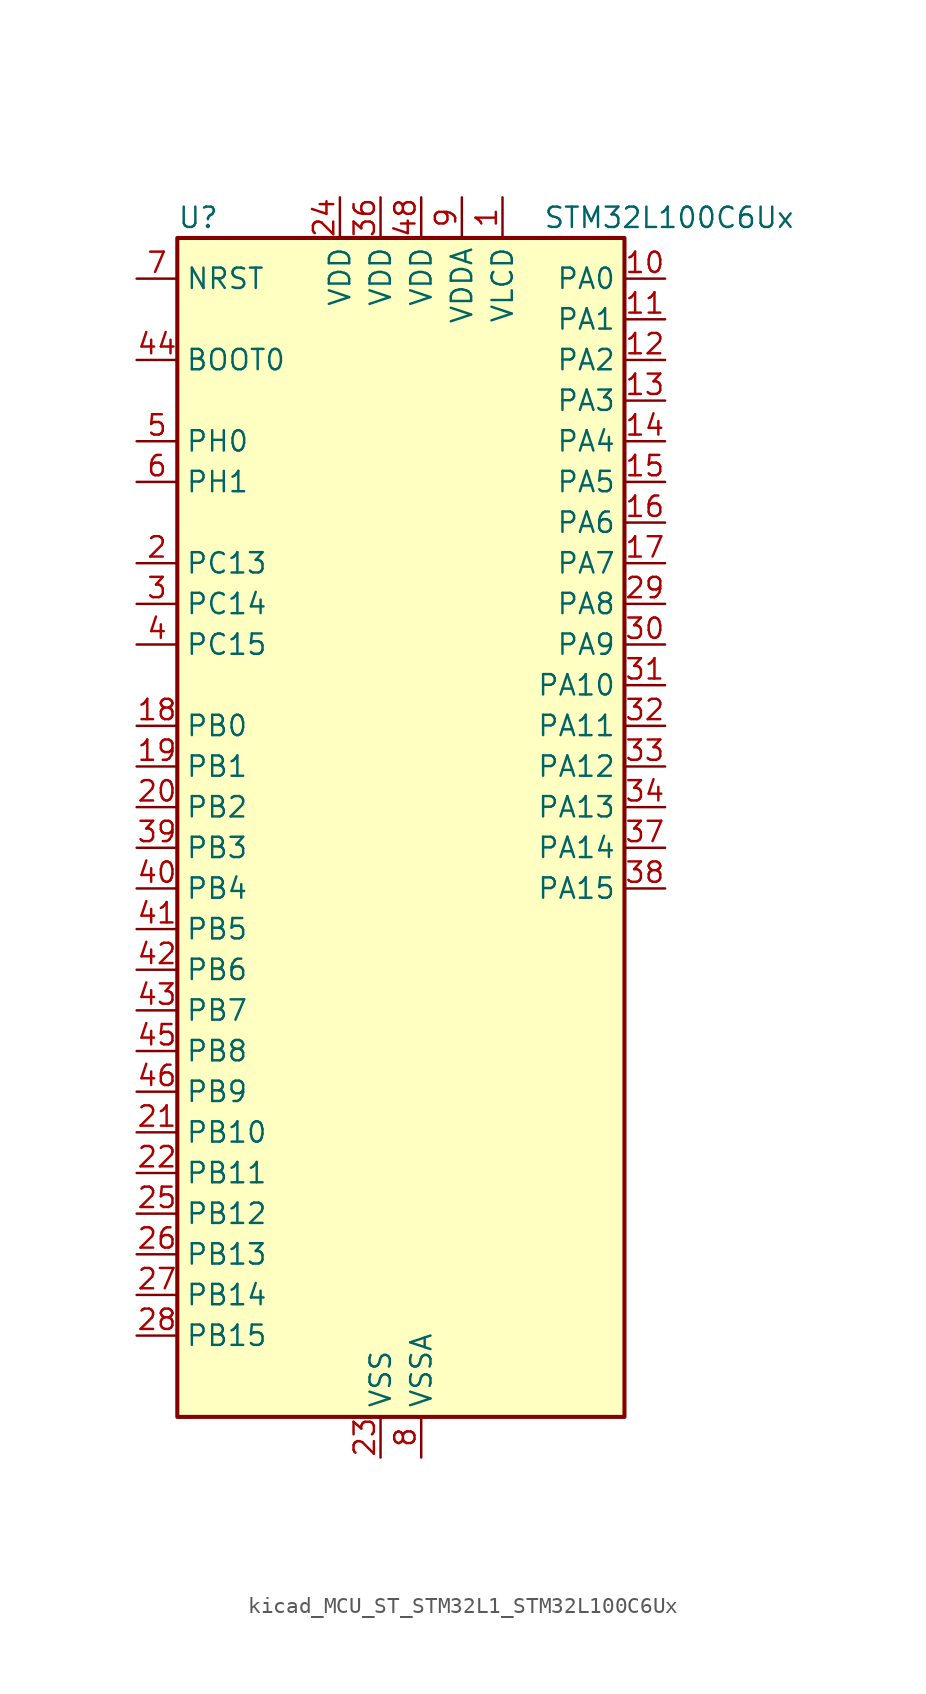
<source format=kicad_sym>
(kicad_symbol_lib
  (version 20220914)
  (generator kicad_symbol_editor)
  (symbol "kicad_MCU_ST_STM32L1_STM32L100C6Ux"
    (property "Reference" "U"
      (at -12.7 39.37 0)
      (effects (font (size 1.27 1.27)) (justify left)))
    (property "Value" "STM32L100C6Ux"
      (at 10.16 39.37 0)
      (effects (font (size 1.27 1.27)) (justify left)))
    (property "ki_locked" ""
      (at 0 0 0)
      (effects (font (size 1.27 1.27))))
    (symbol "kicad_MCU_ST_STM32L1_STM32L100C6Ux_0_1"
      (rectangle (start -12.7 -35.56) (end 15.24 38.1) (stroke (width 0.254) (type default)) (fill (type background))))
    (symbol "kicad_MCU_ST_STM32L1_STM32L100C6Ux_1_1"
      (pin power_in line (at 7.62 40.64 270) (length 2.54) (name "VLCD" (effects (font (size 1.27 1.27)))) (number "1" (effects (font (size 1.27 1.27)))))
      (pin bidirectional line (at 17.78 35.56 180) (length 2.54) (name "PA0" (effects (font (size 1.27 1.27)))) (number "10" (effects (font (size 1.27 1.27)))) (alternate "ADC_IN0" bidirectional line) (alternate "COMP1_INP" bidirectional line) (alternate "SYS_WKUP1" bidirectional line) (alternate "TIM2_CH1" bidirectional line) (alternate "TIM2_ETR" bidirectional line) (alternate "TIMX_IC1" bidirectional line) (alternate "USART2_CTS" bidirectional line))
      (pin bidirectional line (at 17.78 33.02 180) (length 2.54) (name "PA1" (effects (font (size 1.27 1.27)))) (number "11" (effects (font (size 1.27 1.27)))) (alternate "ADC_IN1" bidirectional line) (alternate "COMP1_INP" bidirectional line) (alternate "LCD_SEG0" bidirectional line) (alternate "TIM2_CH2" bidirectional line) (alternate "TIMX_IC2" bidirectional line) (alternate "USART2_RTS" bidirectional line))
      (pin bidirectional line (at 17.78 30.48 180) (length 2.54) (name "PA2" (effects (font (size 1.27 1.27)))) (number "12" (effects (font (size 1.27 1.27)))) (alternate "ADC_IN2" bidirectional line) (alternate "COMP1_INP" bidirectional line) (alternate "LCD_SEG1" bidirectional line) (alternate "TIM2_CH3" bidirectional line) (alternate "TIM9_CH1" bidirectional line) (alternate "TIMX_IC3" bidirectional line) (alternate "USART2_TX" bidirectional line))
      (pin bidirectional line (at 17.78 27.94 180) (length 2.54) (name "PA3" (effects (font (size 1.27 1.27)))) (number "13" (effects (font (size 1.27 1.27)))) (alternate "ADC_IN3" bidirectional line) (alternate "COMP1_INP" bidirectional line) (alternate "LCD_SEG2" bidirectional line) (alternate "TIM2_CH4" bidirectional line) (alternate "TIM9_CH2" bidirectional line) (alternate "TIMX_IC4" bidirectional line) (alternate "USART2_RX" bidirectional line))
      (pin bidirectional line (at 17.78 25.4 180) (length 2.54) (name "PA4" (effects (font (size 1.27 1.27)))) (number "14" (effects (font (size 1.27 1.27)))) (alternate "ADC_IN4" bidirectional line) (alternate "COMP1_INP" bidirectional line) (alternate "DAC_OUT1" bidirectional line) (alternate "SPI1_NSS" bidirectional line) (alternate "TIMX_IC1" bidirectional line) (alternate "USART2_CK" bidirectional line))
      (pin bidirectional line (at 17.78 22.86 180) (length 2.54) (name "PA5" (effects (font (size 1.27 1.27)))) (number "15" (effects (font (size 1.27 1.27)))) (alternate "ADC_IN5" bidirectional line) (alternate "COMP1_INP" bidirectional line) (alternate "DAC_OUT2" bidirectional line) (alternate "SPI1_SCK" bidirectional line) (alternate "TIM2_CH1" bidirectional line) (alternate "TIM2_ETR" bidirectional line) (alternate "TIMX_IC2" bidirectional line))
      (pin bidirectional line (at 17.78 20.32 180) (length 2.54) (name "PA6" (effects (font (size 1.27 1.27)))) (number "16" (effects (font (size 1.27 1.27)))) (alternate "ADC_IN6" bidirectional line) (alternate "COMP1_INP" bidirectional line) (alternate "LCD_SEG3" bidirectional line) (alternate "SPI1_MISO" bidirectional line) (alternate "TIM10_CH1" bidirectional line) (alternate "TIM3_CH1" bidirectional line) (alternate "TIMX_IC3" bidirectional line))
      (pin bidirectional line (at 17.78 17.78 180) (length 2.54) (name "PA7" (effects (font (size 1.27 1.27)))) (number "17" (effects (font (size 1.27 1.27)))) (alternate "ADC_IN7" bidirectional line) (alternate "COMP1_INP" bidirectional line) (alternate "LCD_SEG4" bidirectional line) (alternate "SPI1_MOSI" bidirectional line) (alternate "TIM11_CH1" bidirectional line) (alternate "TIM3_CH2" bidirectional line) (alternate "TIMX_IC4" bidirectional line))
      (pin bidirectional line (at -15.24 7.62 0) (length 2.54) (name "PB0" (effects (font (size 1.27 1.27)))) (number "18" (effects (font (size 1.27 1.27)))) (alternate "ADC_IN8" bidirectional line) (alternate "COMP1_INP" bidirectional line) (alternate "LCD_SEG5" bidirectional line) (alternate "SYS_V_REF_OUT" bidirectional line) (alternate "TIM3_CH3" bidirectional line))
      (pin bidirectional line (at -15.24 5.08 0) (length 2.54) (name "PB1" (effects (font (size 1.27 1.27)))) (number "19" (effects (font (size 1.27 1.27)))) (alternate "ADC_IN9" bidirectional line) (alternate "COMP1_INP" bidirectional line) (alternate "LCD_SEG6" bidirectional line) (alternate "SYS_V_REF_OUT" bidirectional line) (alternate "TIM3_CH4" bidirectional line))
      (pin bidirectional line (at -15.24 17.78 0) (length 2.54) (name "PC13" (effects (font (size 1.27 1.27)))) (number "2" (effects (font (size 1.27 1.27)))) (alternate "RTC_OUT_ALARM" bidirectional line) (alternate "RTC_OUT_CALIB" bidirectional line) (alternate "RTC_TAMP1" bidirectional line) (alternate "RTC_TS" bidirectional line) (alternate "SYS_WKUP2" bidirectional line) (alternate "TIMX_IC2" bidirectional line))
      (pin bidirectional line (at -15.24 2.54 0) (length 2.54) (name "PB2" (effects (font (size 1.27 1.27)))) (number "20" (effects (font (size 1.27 1.27)))))
      (pin bidirectional line (at -15.24 -17.78 0) (length 2.54) (name "PB10" (effects (font (size 1.27 1.27)))) (number "21" (effects (font (size 1.27 1.27)))) (alternate "I2C2_SCL" bidirectional line) (alternate "LCD_SEG10" bidirectional line) (alternate "TIM2_CH3" bidirectional line) (alternate "USART3_TX" bidirectional line))
      (pin bidirectional line (at -15.24 -20.32 0) (length 2.54) (name "PB11" (effects (font (size 1.27 1.27)))) (number "22" (effects (font (size 1.27 1.27)))) (alternate "ADC_EXTI11" bidirectional line) (alternate "I2C2_SDA" bidirectional line) (alternate "LCD_SEG11" bidirectional line) (alternate "TIM2_CH4" bidirectional line) (alternate "USART3_RX" bidirectional line))
      (pin power_in line (at 0 -38.1 90) (length 2.54) (name "VSS" (effects (font (size 1.27 1.27)))) (number "23" (effects (font (size 1.27 1.27)))))
      (pin power_in line (at -2.54 40.64 270) (length 2.54) (name "VDD" (effects (font (size 1.27 1.27)))) (number "24" (effects (font (size 1.27 1.27)))))
      (pin bidirectional line (at -15.24 -22.86 0) (length 2.54) (name "PB12" (effects (font (size 1.27 1.27)))) (number "25" (effects (font (size 1.27 1.27)))) (alternate "ADC_IN18" bidirectional line) (alternate "COMP1_INP" bidirectional line) (alternate "I2C2_SMBA" bidirectional line) (alternate "LCD_SEG12" bidirectional line) (alternate "SPI2_NSS" bidirectional line) (alternate "TIM10_CH1" bidirectional line) (alternate "USART3_CK" bidirectional line))
      (pin bidirectional line (at -15.24 -25.4 0) (length 2.54) (name "PB13" (effects (font (size 1.27 1.27)))) (number "26" (effects (font (size 1.27 1.27)))) (alternate "ADC_IN19" bidirectional line) (alternate "COMP1_INP" bidirectional line) (alternate "LCD_SEG13" bidirectional line) (alternate "SPI2_SCK" bidirectional line) (alternate "TIM9_CH1" bidirectional line) (alternate "USART3_CTS" bidirectional line))
      (pin bidirectional line (at -15.24 -27.94 0) (length 2.54) (name "PB14" (effects (font (size 1.27 1.27)))) (number "27" (effects (font (size 1.27 1.27)))) (alternate "ADC_IN20" bidirectional line) (alternate "COMP1_INP" bidirectional line) (alternate "LCD_SEG14" bidirectional line) (alternate "SPI2_MISO" bidirectional line) (alternate "TIM9_CH2" bidirectional line) (alternate "USART3_RTS" bidirectional line))
      (pin bidirectional line (at -15.24 -30.48 0) (length 2.54) (name "PB15" (effects (font (size 1.27 1.27)))) (number "28" (effects (font (size 1.27 1.27)))) (alternate "ADC_EXTI15" bidirectional line) (alternate "ADC_IN21" bidirectional line) (alternate "COMP1_INP" bidirectional line) (alternate "LCD_SEG15" bidirectional line) (alternate "RTC_REFIN" bidirectional line) (alternate "SPI2_MOSI" bidirectional line) (alternate "TIM11_CH1" bidirectional line))
      (pin bidirectional line (at 17.78 15.24 180) (length 2.54) (name "PA8" (effects (font (size 1.27 1.27)))) (number "29" (effects (font (size 1.27 1.27)))) (alternate "LCD_COM0" bidirectional line) (alternate "RCC_MCO" bidirectional line) (alternate "TIMX_IC1" bidirectional line) (alternate "USART1_CK" bidirectional line))
      (pin bidirectional line (at -15.24 15.24 0) (length 2.54) (name "PC14" (effects (font (size 1.27 1.27)))) (number "3" (effects (font (size 1.27 1.27)))) (alternate "RCC_OSC32_IN" bidirectional line) (alternate "TIMX_IC3" bidirectional line))
      (pin bidirectional line (at 17.78 12.7 180) (length 2.54) (name "PA9" (effects (font (size 1.27 1.27)))) (number "30" (effects (font (size 1.27 1.27)))) (alternate "DAC_EXTI9" bidirectional line) (alternate "LCD_COM1" bidirectional line) (alternate "TIMX_IC2" bidirectional line) (alternate "USART1_TX" bidirectional line))
      (pin bidirectional line (at 17.78 10.16 180) (length 2.54) (name "PA10" (effects (font (size 1.27 1.27)))) (number "31" (effects (font (size 1.27 1.27)))) (alternate "LCD_COM2" bidirectional line) (alternate "TIMX_IC3" bidirectional line) (alternate "USART1_RX" bidirectional line))
      (pin bidirectional line (at 17.78 7.62 180) (length 2.54) (name "PA11" (effects (font (size 1.27 1.27)))) (number "32" (effects (font (size 1.27 1.27)))) (alternate "ADC_EXTI11" bidirectional line) (alternate "SPI1_MISO" bidirectional line) (alternate "TIMX_IC4" bidirectional line) (alternate "USART1_CTS" bidirectional line) (alternate "USB_DM" bidirectional line))
      (pin bidirectional line (at 17.78 5.08 180) (length 2.54) (name "PA12" (effects (font (size 1.27 1.27)))) (number "33" (effects (font (size 1.27 1.27)))) (alternate "SPI1_MOSI" bidirectional line) (alternate "TIMX_IC1" bidirectional line) (alternate "USART1_RTS" bidirectional line) (alternate "USB_DP" bidirectional line))
      (pin bidirectional line (at 17.78 2.54 180) (length 2.54) (name "PA13" (effects (font (size 1.27 1.27)))) (number "34" (effects (font (size 1.27 1.27)))) (alternate "SYS_JTMS-SWDIO" bidirectional line) (alternate "TIMX_IC2" bidirectional line))
      (pin passive line (at 0 -38.1 90) (length 2.54) hide (name "VSS" (effects (font (size 1.27 1.27)))) (number "35" (effects (font (size 1.27 1.27)))))
      (pin power_in line (at 0 40.64 270) (length 2.54) (name "VDD" (effects (font (size 1.27 1.27)))) (number "36" (effects (font (size 1.27 1.27)))))
      (pin bidirectional line (at 17.78 0 180) (length 2.54) (name "PA14" (effects (font (size 1.27 1.27)))) (number "37" (effects (font (size 1.27 1.27)))) (alternate "SYS_JTCK-SWCLK" bidirectional line) (alternate "TIMX_IC3" bidirectional line))
      (pin bidirectional line (at 17.78 -2.54 180) (length 2.54) (name "PA15" (effects (font (size 1.27 1.27)))) (number "38" (effects (font (size 1.27 1.27)))) (alternate "ADC_EXTI15" bidirectional line) (alternate "LCD_SEG17" bidirectional line) (alternate "SPI1_NSS" bidirectional line) (alternate "SYS_JTDI" bidirectional line) (alternate "TIM2_CH1" bidirectional line) (alternate "TIM2_ETR" bidirectional line) (alternate "TIMX_IC4" bidirectional line))
      (pin bidirectional line (at -15.24 0 0) (length 2.54) (name "PB3" (effects (font (size 1.27 1.27)))) (number "39" (effects (font (size 1.27 1.27)))) (alternate "COMP2_INM" bidirectional line) (alternate "LCD_SEG7" bidirectional line) (alternate "SPI1_SCK" bidirectional line) (alternate "SYS_JTDO-TRACESWO" bidirectional line) (alternate "TIM2_CH2" bidirectional line))
      (pin bidirectional line (at -15.24 12.7 0) (length 2.54) (name "PC15" (effects (font (size 1.27 1.27)))) (number "4" (effects (font (size 1.27 1.27)))) (alternate "ADC_EXTI15" bidirectional line) (alternate "RCC_OSC32_OUT" bidirectional line) (alternate "TIMX_IC4" bidirectional line))
      (pin bidirectional line (at -15.24 -2.54 0) (length 2.54) (name "PB4" (effects (font (size 1.27 1.27)))) (number "40" (effects (font (size 1.27 1.27)))) (alternate "COMP2_INP" bidirectional line) (alternate "LCD_SEG8" bidirectional line) (alternate "SPI1_MISO" bidirectional line) (alternate "SYS_JTRST" bidirectional line) (alternate "TIM3_CH1" bidirectional line))
      (pin bidirectional line (at -15.24 -5.08 0) (length 2.54) (name "PB5" (effects (font (size 1.27 1.27)))) (number "41" (effects (font (size 1.27 1.27)))) (alternate "COMP2_INP" bidirectional line) (alternate "I2C1_SMBA" bidirectional line) (alternate "LCD_SEG9" bidirectional line) (alternate "SPI1_MOSI" bidirectional line) (alternate "TIM3_CH2" bidirectional line))
      (pin bidirectional line (at -15.24 -7.62 0) (length 2.54) (name "PB6" (effects (font (size 1.27 1.27)))) (number "42" (effects (font (size 1.27 1.27)))) (alternate "I2C1_SCL" bidirectional line) (alternate "TIM4_CH1" bidirectional line) (alternate "USART1_TX" bidirectional line))
      (pin bidirectional line (at -15.24 -10.16 0) (length 2.54) (name "PB7" (effects (font (size 1.27 1.27)))) (number "43" (effects (font (size 1.27 1.27)))) (alternate "I2C1_SDA" bidirectional line) (alternate "SYS_PVD_IN" bidirectional line) (alternate "TIM4_CH2" bidirectional line) (alternate "USART1_RX" bidirectional line))
      (pin input line (at -15.24 30.48 0) (length 2.54) (name "BOOT0" (effects (font (size 1.27 1.27)))) (number "44" (effects (font (size 1.27 1.27)))))
      (pin bidirectional line (at -15.24 -12.7 0) (length 2.54) (name "PB8" (effects (font (size 1.27 1.27)))) (number "45" (effects (font (size 1.27 1.27)))) (alternate "I2C1_SCL" bidirectional line) (alternate "LCD_SEG16" bidirectional line) (alternate "TIM10_CH1" bidirectional line) (alternate "TIM4_CH3" bidirectional line))
      (pin bidirectional line (at -15.24 -15.24 0) (length 2.54) (name "PB9" (effects (font (size 1.27 1.27)))) (number "46" (effects (font (size 1.27 1.27)))) (alternate "DAC_EXTI9" bidirectional line) (alternate "I2C1_SDA" bidirectional line) (alternate "LCD_COM3" bidirectional line) (alternate "TIM11_CH1" bidirectional line) (alternate "TIM4_CH4" bidirectional line))
      (pin passive line (at 0 -38.1 90) (length 2.54) hide (name "VSS" (effects (font (size 1.27 1.27)))) (number "47" (effects (font (size 1.27 1.27)))))
      (pin power_in line (at 2.54 40.64 270) (length 2.54) (name "VDD" (effects (font (size 1.27 1.27)))) (number "48" (effects (font (size 1.27 1.27)))))
      (pin passive line (at 0 -38.1 90) (length 2.54) hide (name "VSS" (effects (font (size 1.27 1.27)))) (number "49" (effects (font (size 1.27 1.27)))))
      (pin bidirectional line (at -15.24 25.4 0) (length 2.54) (name "PH0" (effects (font (size 1.27 1.27)))) (number "5" (effects (font (size 1.27 1.27)))) (alternate "RCC_OSC_IN" bidirectional line))
      (pin bidirectional line (at -15.24 22.86 0) (length 2.54) (name "PH1" (effects (font (size 1.27 1.27)))) (number "6" (effects (font (size 1.27 1.27)))) (alternate "RCC_OSC_OUT" bidirectional line))
      (pin input line (at -15.24 35.56 0) (length 2.54) (name "NRST" (effects (font (size 1.27 1.27)))) (number "7" (effects (font (size 1.27 1.27)))))
      (pin power_in line (at 2.54 -38.1 90) (length 2.54) (name "VSSA" (effects (font (size 1.27 1.27)))) (number "8" (effects (font (size 1.27 1.27)))))
      (pin power_in line (at 5.08 40.64 270) (length 2.54) (name "VDDA" (effects (font (size 1.27 1.27)))) (number "9" (effects (font (size 1.27 1.27))))))))
</source>
